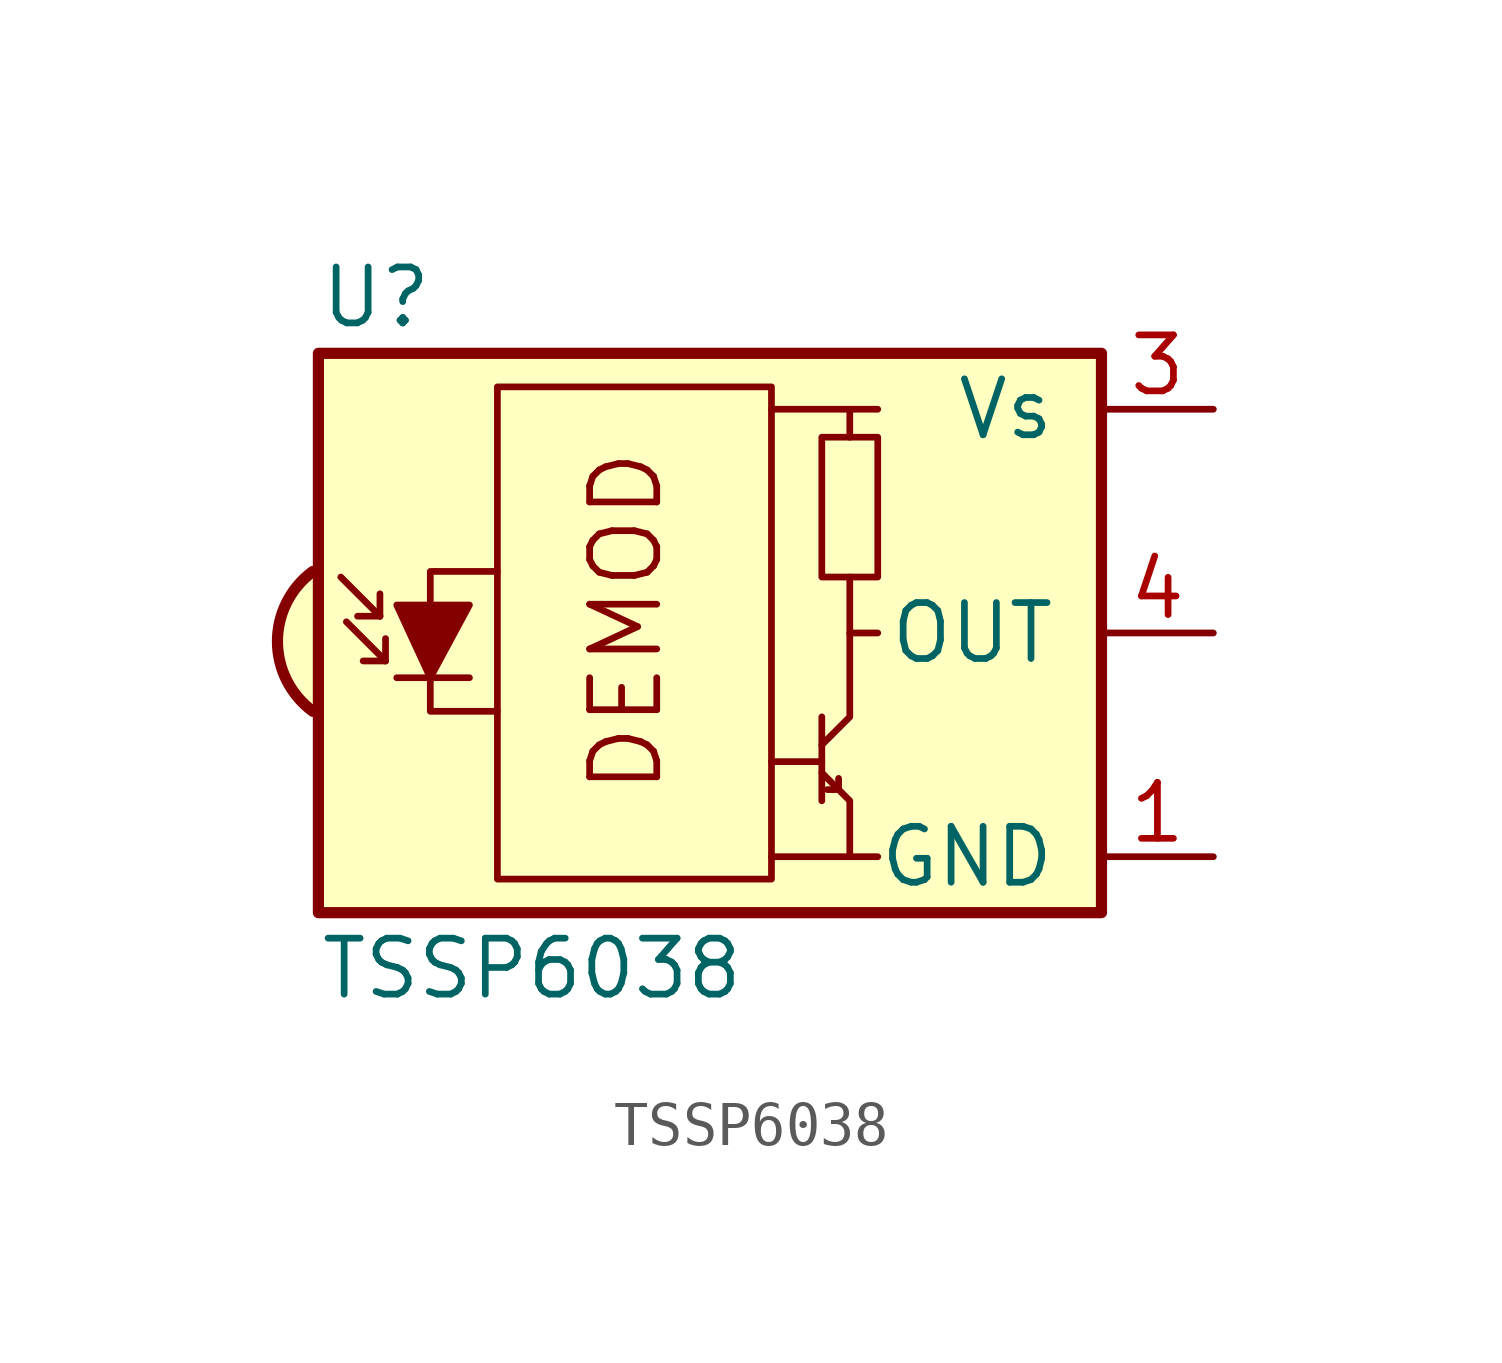
<source format=kicad_sym>
(kicad_symbol_lib
  (version 20220914)
  (generator kicad_symbol_editor)
  (symbol "TSSP6038"
    (pin_names
      (offset 1.016))
    (property "Reference" "U"
      (at -10.16 7.62 0)
      (effects (font (size 1.27 1.27)) (justify left)))
    (property "Value" "TSSP6038"
      (at -10.16 -7.62 0)
      (effects (font (size 1.27 1.27)) (justify left)))
    (symbol "TSSP6038_0_0"
      (arc (start -10.287 1.397) (mid -11.0899 -0.1852) (end -10.287 -1.778) (stroke (width 0.254) (type default)) (fill (type background)))
      (polyline (pts (xy 1.905 -5.08) (xy 0.127 -5.08)) (stroke (width 0) (type default)) (fill (type none)))
      (polyline (pts (xy 1.905 5.08) (xy 0.127 5.08)) (stroke (width 0) (type default)) (fill (type none)))
      (text "DEMOD" (at -3.175 0.254 900) (effects (font (size 1.524 1.524)))))
    (symbol "TSSP6038_0_1"
      (rectangle (start -6.096 5.588) (end 0.127 -5.588) (stroke (width 0) (type default)) (fill (type none)))
      (polyline (pts (xy -8.763 0.381) (xy -9.652 1.27)) (stroke (width 0) (type default)) (fill (type none)))
      (polyline (pts (xy -8.763 0.381) (xy -9.271 0.381)) (stroke (width 0) (type default)) (fill (type none)))
      (polyline (pts (xy -8.763 0.381) (xy -8.763 0.889)) (stroke (width 0) (type default)) (fill (type none)))
      (polyline (pts (xy -8.636 -0.635) (xy -9.525 0.254)) (stroke (width 0) (type default)) (fill (type none)))
      (polyline (pts (xy -8.636 -0.635) (xy -9.144 -0.635)) (stroke (width 0) (type default)) (fill (type none)))
      (polyline (pts (xy -8.636 -0.635) (xy -8.636 -0.127)) (stroke (width 0) (type default)) (fill (type none)))
      (polyline (pts (xy -8.382 -1.016) (xy -6.731 -1.016)) (stroke (width 0) (type default)) (fill (type none)))
      (polyline (pts (xy 1.27 -2.921) (xy 0.127 -2.921)) (stroke (width 0) (type default)) (fill (type none)))
      (polyline (pts (xy 1.27 -1.905) (xy 1.27 -3.81)) (stroke (width 0) (type default)) (fill (type none)))
      (polyline (pts (xy 1.397 -3.556) (xy 1.524 -3.556)) (stroke (width 0) (type default)) (fill (type none)))
      (polyline (pts (xy 1.651 -3.556) (xy 1.524 -3.556)) (stroke (width 0) (type default)) (fill (type none)))
      (polyline (pts (xy 1.651 -3.556) (xy 1.651 -3.302)) (stroke (width 0) (type default)) (fill (type none)))
      (polyline (pts (xy 1.905 0) (xy 1.905 1.27)) (stroke (width 0) (type default)) (fill (type none)))
      (polyline (pts (xy 1.905 4.445) (xy 1.905 5.08) (xy 2.54 5.08)) (stroke (width 0) (type default)) (fill (type none)))
      (polyline (pts (xy -8.382 0.635) (xy -6.731 0.635) (xy -7.62 -1.016) (xy -8.382 0.635)) (stroke (width 0) (type default)) (fill (type outline)))
      (polyline (pts (xy -6.096 1.397) (xy -7.62 1.397) (xy -7.62 -1.778) (xy -6.096 -1.778)) (stroke (width 0) (type default)) (fill (type none)))
      (polyline (pts (xy 1.27 -3.175) (xy 1.905 -3.81) (xy 1.905 -5.08) (xy 2.54 -5.08)) (stroke (width 0) (type default)) (fill (type none)))
      (polyline (pts (xy 1.27 -2.54) (xy 1.905 -1.905) (xy 1.905 0) (xy 2.54 0)) (stroke (width 0) (type default)) (fill (type none)))
      (rectangle (start 2.54 1.27) (end 1.27 4.445) (stroke (width 0) (type default)) (fill (type none)))
      (rectangle (start 7.62 6.35) (end -10.16 -6.35) (stroke (width 0.254) (type default)) (fill (type background))))
    (symbol "TSSP6038_1_1"
      (pin power_in line (at 10.16 -5.08 180) (length 2.54) (name "GND" (effects (font (size 1.27 1.27)))) (number "1" (effects (font (size 1.27 1.27)))))
      (pin no_connect line (at 2.54 -7.62 90) (length 1.27) hide (name "" (effects (font (size 1.27 1.27)))) (number "2" (effects (font (size 1.27 1.27)))))
      (pin power_in line (at 10.16 5.08 180) (length 2.54) (name "Vs" (effects (font (size 1.27 1.27)))) (number "3" (effects (font (size 1.27 1.27)))))
      (pin output line (at 10.16 0 180) (length 2.54) (name "OUT" (effects (font (size 1.27 1.27)))) (number "4" (effects (font (size 1.27 1.27))))))))
</source>
